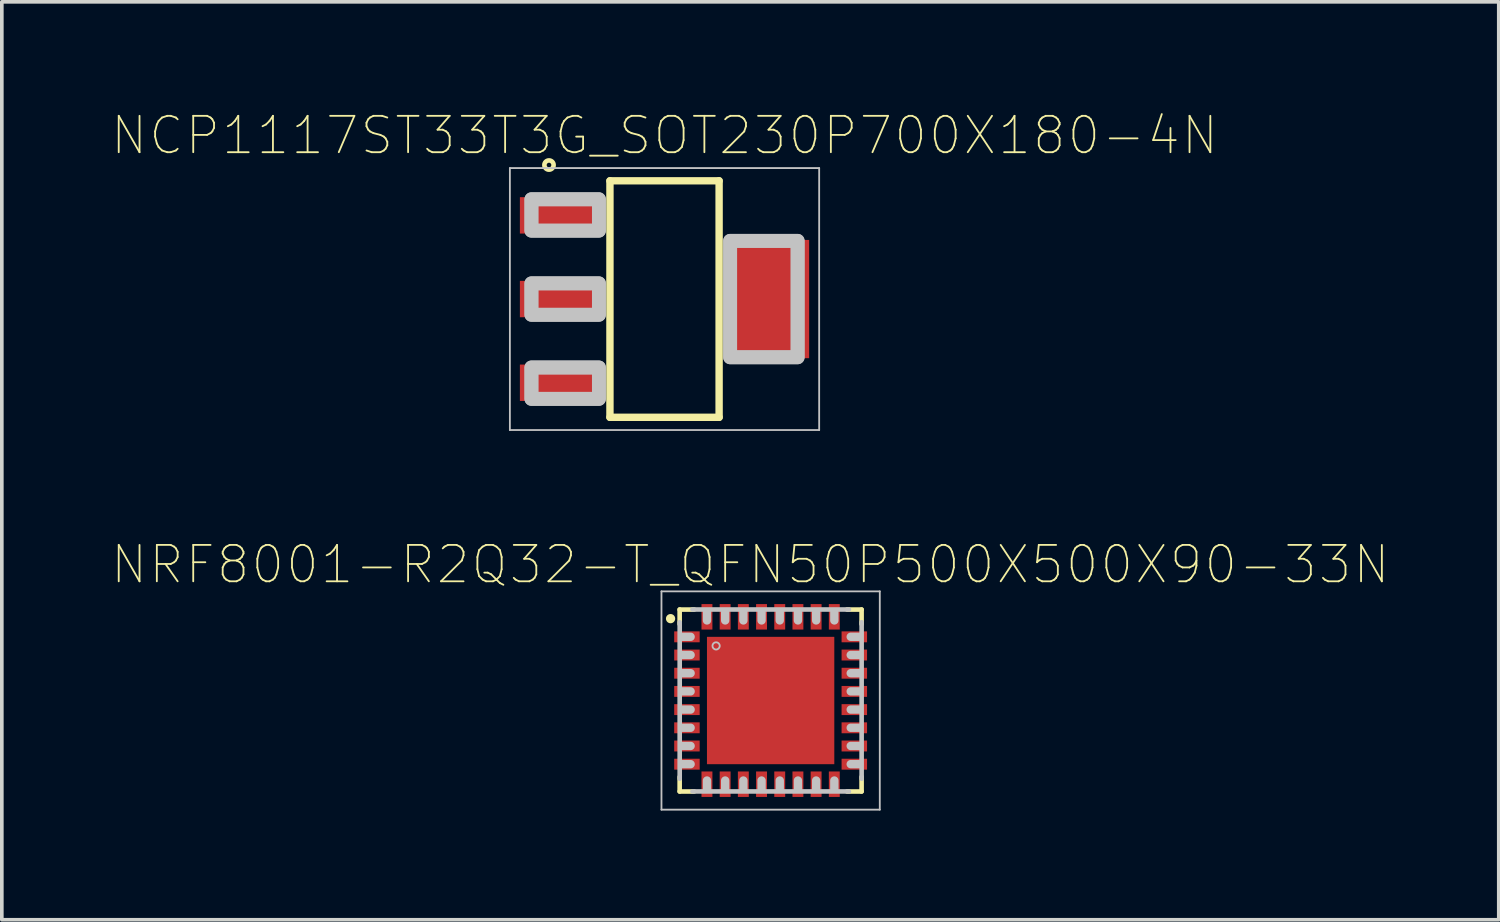
<source format=kicad_pcb>
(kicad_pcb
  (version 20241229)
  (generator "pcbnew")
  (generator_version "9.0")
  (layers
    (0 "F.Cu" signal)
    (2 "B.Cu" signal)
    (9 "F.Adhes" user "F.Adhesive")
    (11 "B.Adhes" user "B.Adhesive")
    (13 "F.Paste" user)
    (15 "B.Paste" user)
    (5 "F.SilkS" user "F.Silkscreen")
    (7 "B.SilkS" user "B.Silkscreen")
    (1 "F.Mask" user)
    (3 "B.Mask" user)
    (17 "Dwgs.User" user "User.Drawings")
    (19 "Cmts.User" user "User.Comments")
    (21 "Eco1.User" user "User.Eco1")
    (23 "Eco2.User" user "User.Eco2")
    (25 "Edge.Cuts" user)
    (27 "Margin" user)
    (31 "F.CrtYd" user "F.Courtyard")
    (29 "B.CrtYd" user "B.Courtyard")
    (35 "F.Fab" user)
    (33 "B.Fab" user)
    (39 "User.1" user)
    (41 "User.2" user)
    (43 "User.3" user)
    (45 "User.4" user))
  (footprint "NCP1117ST33T3G_SOT230P700X180-4N"
    (layer "F.Cu")
    (at 15.213 5.169)
    (property "Reference" "NCP1117ST33T3G_SOT230P700X180-4N" (at 0 -4.496 0) (layer "F.SilkS") (effects (font (size 1 1) (thickness 0.05))))
    (attr smd)
    (fp_line (start -1.5 -3.25) (end 1.5 -3.25) (stroke (width 0.203) (type solid)) (layer "F.SilkS"))
    (fp_line (start -1.5 3.25) (end -1.5 -3.25) (stroke (width 0.203) (type solid)) (layer "F.SilkS"))
    (fp_line (start 1.5 -3.25) (end 1.5 3.25) (stroke (width 0.203) (type solid)) (layer "F.SilkS"))
    (fp_line (start 1.5 3.25) (end -1.5 3.25) (stroke (width 0.203) (type solid)) (layer "F.SilkS"))
    (fp_circle (center -3.175 -3.683) (end -3.048 -3.683) (stroke (width 0.127) (type solid)) (fill no) (layer "F.SilkS"))
    (fp_line (start -4.25 -3.6) (end 4.25 -3.6) (stroke (width 0.05) (type solid)) (layer "Dwgs.User"))
    (fp_line (start -4.25 3.6) (end -4.25 -3.6) (stroke (width 0.05) (type solid)) (layer "Dwgs.User"))
    (fp_line (start 4.25 -3.6) (end 4.25 3.6) (stroke (width 0.05) (type solid)) (layer "Dwgs.User"))
    (fp_line (start 4.25 3.6) (end -4.25 3.6) (stroke (width 0.05) (type solid)) (layer "Dwgs.User"))
    (fp_poly (pts (xy -1.803 -2.743) (xy -1.803 -1.88) (xy -3.658 -1.88) (xy -3.658 -2.743)) (stroke (width 0.381) (type solid)) (fill no) (layer "Dwgs.User"))
    (fp_poly (pts (xy -1.803 -2.743) (xy -1.803 -1.88) (xy -3.658 -1.88) (xy -3.658 -2.743)) (stroke (width 0.381) (type solid)) (fill no) (layer "Dwgs.User"))
    (fp_poly (pts (xy -1.803 -0.432) (xy -1.803 0.432) (xy -3.658 0.432) (xy -3.658 -0.432)) (stroke (width 0.381) (type solid)) (fill no) (layer "Dwgs.User"))
    (fp_poly (pts (xy -1.803 -0.432) (xy -1.803 0.432) (xy -3.658 0.432) (xy -3.658 -0.432)) (stroke (width 0.381) (type solid)) (fill no) (layer "Dwgs.User"))
    (fp_poly (pts (xy -1.803 1.88) (xy -1.803 2.743) (xy -3.658 2.743) (xy -3.658 1.88)) (stroke (width 0.381) (type solid)) (fill no) (layer "Dwgs.User"))
    (fp_poly (pts (xy -1.803 1.88) (xy -1.803 2.743) (xy -3.658 2.743) (xy -3.658 1.88)) (stroke (width 0.381) (type solid)) (fill no) (layer "Dwgs.User"))
    (fp_poly (pts (xy 3.658 -1.6) (xy 3.658 1.6) (xy 1.803 1.6) (xy 1.803 -1.6)) (stroke (width 0.381) (type solid)) (fill no) (layer "Dwgs.User"))
    (fp_poly (pts (xy 3.658 -1.6) (xy 3.658 1.6) (xy 1.803 1.6) (xy 1.803 -1.6)) (stroke (width 0.381) (type solid)) (fill no) (layer "Dwgs.User"))
    (pad "1" smd rect (at -2.9 -2.3 270) (size 1 2.15) (layers "F.Cu" "F.Mask" "F.Paste"))
    (pad "2" smd rect (at -2.9 0 270) (size 1 2.15) (layers "F.Cu" "F.Mask" "F.Paste"))
    (pad "3" smd rect (at -2.9 2.3 270) (size 1 2.15) (layers "F.Cu" "F.Mask" "F.Paste"))
    (pad "4" smd rect (at 2.9 0 270) (size 3.25 2.15) (layers "F.Cu" "F.Mask" "F.Paste")))
  (footprint "NRF8001-R2Q32-T_QFN50P500X500X90-33N"
    (layer "F.Cu")
    (at 18.129 16.202)
    (property "Reference" "NRF8001-R2Q32-T_QFN50P500X500X90-33N" (at -0.559 -3.736 0) (layer "F.SilkS") (effects (font (size 1 1) (thickness 0.05))))
    (attr smd)
    (fp_line (start -2.099 -1.751) (end -2.499 -1.751) (stroke (width 0.4) (type solid)) (layer "F.Mask"))
    (fp_line (start -2.099 -1.251) (end -2.499 -1.251) (stroke (width 0.4) (type solid)) (layer "F.Mask"))
    (fp_line (start -2.099 -0.751) (end -2.499 -0.751) (stroke (width 0.4) (type solid)) (layer "F.Mask"))
    (fp_line (start -2.099 -0.251) (end -2.499 -0.251) (stroke (width 0.4) (type solid)) (layer "F.Mask"))
    (fp_line (start -2.099 0.249) (end -2.499 0.249) (stroke (width 0.4) (type solid)) (layer "F.Mask"))
    (fp_line (start -2.099 0.749) (end -2.499 0.749) (stroke (width 0.4) (type solid)) (layer "F.Mask"))
    (fp_line (start -2.099 1.249) (end -2.499 1.249) (stroke (width 0.4) (type solid)) (layer "F.Mask"))
    (fp_line (start -2.099 1.749) (end -2.499 1.749) (stroke (width 0.4) (type solid)) (layer "F.Mask"))
    (fp_line (start -1.749 -2.101) (end -1.749 -2.501) (stroke (width 0.4) (type solid)) (layer "F.Mask"))
    (fp_line (start -1.749 2.099) (end -1.749 2.499) (stroke (width 0.4) (type solid)) (layer "F.Mask"))
    (fp_line (start -1.249 -2.101) (end -1.249 -2.501) (stroke (width 0.4) (type solid)) (layer "F.Mask"))
    (fp_line (start -1.249 2.099) (end -1.249 2.499) (stroke (width 0.4) (type solid)) (layer "F.Mask"))
    (fp_line (start -0.749 -2.101) (end -0.749 -2.501) (stroke (width 0.4) (type solid)) (layer "F.Mask"))
    (fp_line (start -0.749 2.099) (end -0.749 2.499) (stroke (width 0.4) (type solid)) (layer "F.Mask"))
    (fp_line (start -0.249 -2.101) (end -0.249 -2.501) (stroke (width 0.4) (type solid)) (layer "F.Mask"))
    (fp_line (start -0.249 2.099) (end -0.249 2.499) (stroke (width 0.4) (type solid)) (layer "F.Mask"))
    (fp_line (start 0.251 -2.101) (end 0.251 -2.501) (stroke (width 0.4) (type solid)) (layer "F.Mask"))
    (fp_line (start 0.251 2.099) (end 0.251 2.499) (stroke (width 0.4) (type solid)) (layer "F.Mask"))
    (fp_line (start 0.751 -2.101) (end 0.751 -2.501) (stroke (width 0.4) (type solid)) (layer "F.Mask"))
    (fp_line (start 0.751 2.099) (end 0.751 2.499) (stroke (width 0.4) (type solid)) (layer "F.Mask"))
    (fp_line (start 1.251 -2.101) (end 1.251 -2.501) (stroke (width 0.4) (type solid)) (layer "F.Mask"))
    (fp_line (start 1.251 2.099) (end 1.251 2.499) (stroke (width 0.4) (type solid)) (layer "F.Mask"))
    (fp_line (start 1.751 -2.101) (end 1.751 -2.501) (stroke (width 0.4) (type solid)) (layer "F.Mask"))
    (fp_line (start 1.751 2.099) (end 1.751 2.499) (stroke (width 0.4) (type solid)) (layer "F.Mask"))
    (fp_line (start 2.101 -1.751) (end 2.501 -1.751) (stroke (width 0.4) (type solid)) (layer "F.Mask"))
    (fp_line (start 2.101 -1.251) (end 2.501 -1.251) (stroke (width 0.4) (type solid)) (layer "F.Mask"))
    (fp_line (start 2.101 -0.751) (end 2.501 -0.751) (stroke (width 0.4) (type solid)) (layer "F.Mask"))
    (fp_line (start 2.101 -0.251) (end 2.501 -0.251) (stroke (width 0.4) (type solid)) (layer "F.Mask"))
    (fp_line (start 2.101 0.249) (end 2.501 0.249) (stroke (width 0.4) (type solid)) (layer "F.Mask"))
    (fp_line (start 2.101 0.749) (end 2.501 0.749) (stroke (width 0.4) (type solid)) (layer "F.Mask"))
    (fp_line (start 2.101 1.249) (end 2.501 1.249) (stroke (width 0.4) (type solid)) (layer "F.Mask"))
    (fp_line (start 2.101 1.749) (end 2.501 1.749) (stroke (width 0.4) (type solid)) (layer "F.Mask"))
    (fp_line (start -2.5 -2.5) (end -2.5 -2.1) (stroke (width 0.127) (type solid)) (layer "F.SilkS"))
    (fp_line (start -2.5 2.1) (end -2.5 2.5) (stroke (width 0.127) (type solid)) (layer "F.SilkS"))
    (fp_line (start -2.5 2.5) (end -2.1 2.5) (stroke (width 0.127) (type solid)) (layer "F.SilkS"))
    (fp_line (start -2.1 -2.5) (end -2.5 -2.5) (stroke (width 0.127) (type solid)) (layer "F.SilkS"))
    (fp_line (start 2.1 -2.5) (end 2.5 -2.5) (stroke (width 0.127) (type solid)) (layer "F.SilkS"))
    (fp_line (start 2.1 2.5) (end 2.5 2.5) (stroke (width 0.127) (type solid)) (layer "F.SilkS"))
    (fp_line (start 2.5 -2.5) (end 2.5 -2.1) (stroke (width 0.127) (type solid)) (layer "F.SilkS"))
    (fp_line (start 2.5 2.5) (end 2.5 2.1) (stroke (width 0.127) (type solid)) (layer "F.SilkS"))
    (fp_circle (center -2.75 -2.25) (end -2.623 -2.25) (stroke (width 0) (type solid)) (fill yes) (layer "F.SilkS"))
    (fp_poly (pts (xy -1.1 -1.1) (xy 1.1 -1.1) (xy 1.1 1.1) (xy -1.1 1.1)) (stroke (width 0.381) (type solid)) (fill yes) (layer "F.Paste"))
    (fp_line (start -3 -3) (end 3 -3) (stroke (width 0.05) (type solid)) (layer "Dwgs.User"))
    (fp_line (start -3 3) (end -3 -3) (stroke (width 0.05) (type solid)) (layer "Dwgs.User"))
    (fp_line (start -2.499 2.149) (end -2.499 -2.151) (stroke (width 0.127) (type solid)) (layer "Dwgs.User"))
    (fp_line (start -2.199 -1.751) (end -2.424 -1.751) (stroke (width 0.23) (type solid)) (layer "Dwgs.User"))
    (fp_line (start -2.199 -1.251) (end -2.424 -1.251) (stroke (width 0.23) (type solid)) (layer "Dwgs.User"))
    (fp_line (start -2.199 -0.751) (end -2.424 -0.751) (stroke (width 0.23) (type solid)) (layer "Dwgs.User"))
    (fp_line (start -2.199 -0.251) (end -2.424 -0.251) (stroke (width 0.23) (type solid)) (layer "Dwgs.User"))
    (fp_line (start -2.199 0.249) (end -2.424 0.249) (stroke (width 0.23) (type solid)) (layer "Dwgs.User"))
    (fp_line (start -2.199 0.749) (end -2.424 0.749) (stroke (width 0.23) (type solid)) (layer "Dwgs.User"))
    (fp_line (start -2.199 1.249) (end -2.424 1.249) (stroke (width 0.23) (type solid)) (layer "Dwgs.User"))
    (fp_line (start -2.199 1.749) (end -2.424 1.749) (stroke (width 0.23) (type solid)) (layer "Dwgs.User"))
    (fp_line (start -2.149 -2.501) (end 2.151 -2.501) (stroke (width 0.127) (type solid)) (layer "Dwgs.User"))
    (fp_line (start -1.749 -2.201) (end -1.749 -2.426) (stroke (width 0.23) (type solid)) (layer "Dwgs.User"))
    (fp_line (start -1.749 2.199) (end -1.749 2.424) (stroke (width 0.23) (type solid)) (layer "Dwgs.User"))
    (fp_line (start -1.249 -2.201) (end -1.249 -2.426) (stroke (width 0.23) (type solid)) (layer "Dwgs.User"))
    (fp_line (start -1.249 2.199) (end -1.249 2.424) (stroke (width 0.23) (type solid)) (layer "Dwgs.User"))
    (fp_line (start -0.749 -2.201) (end -0.749 -2.426) (stroke (width 0.23) (type solid)) (layer "Dwgs.User"))
    (fp_line (start -0.749 2.199) (end -0.749 2.424) (stroke (width 0.23) (type solid)) (layer "Dwgs.User"))
    (fp_line (start -0.249 -2.201) (end -0.249 -2.426) (stroke (width 0.23) (type solid)) (layer "Dwgs.User"))
    (fp_line (start -0.249 2.199) (end -0.249 2.424) (stroke (width 0.23) (type solid)) (layer "Dwgs.User"))
    (fp_line (start 0.251 -2.201) (end 0.251 -2.426) (stroke (width 0.23) (type solid)) (layer "Dwgs.User"))
    (fp_line (start 0.251 2.199) (end 0.251 2.424) (stroke (width 0.23) (type solid)) (layer "Dwgs.User"))
    (fp_line (start 0.751 -2.201) (end 0.751 -2.426) (stroke (width 0.23) (type solid)) (layer "Dwgs.User"))
    (fp_line (start 0.751 2.199) (end 0.751 2.424) (stroke (width 0.23) (type solid)) (layer "Dwgs.User"))
    (fp_line (start 1.251 -2.201) (end 1.251 -2.426) (stroke (width 0.23) (type solid)) (layer "Dwgs.User"))
    (fp_line (start 1.251 2.199) (end 1.251 2.424) (stroke (width 0.23) (type solid)) (layer "Dwgs.User"))
    (fp_line (start 1.751 -2.201) (end 1.751 -2.426) (stroke (width 0.23) (type solid)) (layer "Dwgs.User"))
    (fp_line (start 1.751 2.199) (end 1.751 2.424) (stroke (width 0.23) (type solid)) (layer "Dwgs.User"))
    (fp_line (start 2.151 2.499) (end -2.149 2.499) (stroke (width 0.127) (type solid)) (layer "Dwgs.User"))
    (fp_line (start 2.201 -1.751) (end 2.426 -1.751) (stroke (width 0.23) (type solid)) (layer "Dwgs.User"))
    (fp_line (start 2.201 -1.251) (end 2.426 -1.251) (stroke (width 0.23) (type solid)) (layer "Dwgs.User"))
    (fp_line (start 2.201 -0.751) (end 2.426 -0.751) (stroke (width 0.23) (type solid)) (layer "Dwgs.User"))
    (fp_line (start 2.201 -0.251) (end 2.426 -0.251) (stroke (width 0.23) (type solid)) (layer "Dwgs.User"))
    (fp_line (start 2.201 0.249) (end 2.426 0.249) (stroke (width 0.23) (type solid)) (layer "Dwgs.User"))
    (fp_line (start 2.201 0.749) (end 2.426 0.749) (stroke (width 0.23) (type solid)) (layer "Dwgs.User"))
    (fp_line (start 2.201 1.249) (end 2.426 1.249) (stroke (width 0.23) (type solid)) (layer "Dwgs.User"))
    (fp_line (start 2.201 1.749) (end 2.426 1.749) (stroke (width 0.23) (type solid)) (layer "Dwgs.User"))
    (fp_line (start 2.501 -2.151) (end 2.501 2.149) (stroke (width 0.127) (type solid)) (layer "Dwgs.User"))
    (fp_line (start 3 -3) (end 3 3) (stroke (width 0.05) (type solid)) (layer "Dwgs.User"))
    (fp_line (start 3 3) (end -3 3) (stroke (width 0.05) (type solid)) (layer "Dwgs.User"))
    (fp_circle (center -1.499 -1.501) (end -1.399 -1.501) (stroke (width 0.05) (type solid)) (fill no) (layer "Dwgs.User"))
    (pad "1" smd rect (at -2.3 -1.75) (size 0.7 0.3) (layers "F.Cu" "F.Mask" "F.Paste"))
    (pad "2" smd rect (at -2.3 -1.25) (size 0.7 0.3) (layers "F.Cu" "F.Mask" "F.Paste"))
    (pad "3" smd rect (at -2.3 -0.75) (size 0.7 0.3) (layers "F.Cu" "F.Mask" "F.Paste"))
    (pad "4" smd rect (at -2.3 -0.25) (size 0.7 0.3) (layers "F.Cu" "F.Mask" "F.Paste"))
    (pad "5" smd rect (at -2.3 0.25) (size 0.7 0.3) (layers "F.Cu" "F.Mask" "F.Paste"))
    (pad "6" smd rect (at -2.3 0.75) (size 0.7 0.3) (layers "F.Cu" "F.Mask" "F.Paste"))
    (pad "7" smd rect (at -2.3 1.25) (size 0.7 0.3) (layers "F.Cu" "F.Mask" "F.Paste"))
    (pad "8" smd rect (at -2.3 1.75) (size 0.7 0.3) (layers "F.Cu" "F.Mask" "F.Paste"))
    (pad "9" smd rect (at -1.75 2.3 90) (size 0.7 0.3) (layers "F.Cu" "F.Mask" "F.Paste"))
    (pad "10" smd rect (at -1.25 2.3 90) (size 0.7 0.3) (layers "F.Cu" "F.Mask" "F.Paste"))
    (pad "11" smd rect (at -0.75 2.3 90) (size 0.7 0.3) (layers "F.Cu" "F.Mask" "F.Paste"))
    (pad "12" smd rect (at -0.25 2.3 90) (size 0.7 0.3) (layers "F.Cu" "F.Mask" "F.Paste"))
    (pad "13" smd rect (at 0.25 2.3 90) (size 0.7 0.3) (layers "F.Cu" "F.Mask" "F.Paste"))
    (pad "14" smd rect (at 0.75 2.3 90) (size 0.7 0.3) (layers "F.Cu" "F.Mask" "F.Paste"))
    (pad "15" smd rect (at 1.25 2.3 90) (size 0.7 0.3) (layers "F.Cu" "F.Mask" "F.Paste"))
    (pad "16" smd rect (at 1.75 2.3 90) (size 0.7 0.3) (layers "F.Cu" "F.Mask" "F.Paste"))
    (pad "17" smd rect (at 2.3 1.75 180) (size 0.7 0.3) (layers "F.Cu" "F.Mask" "F.Paste"))
    (pad "18" smd rect (at 2.3 1.25 180) (size 0.7 0.3) (layers "F.Cu" "F.Mask" "F.Paste"))
    (pad "19" smd rect (at 2.3 0.75 180) (size 0.7 0.3) (layers "F.Cu" "F.Mask" "F.Paste"))
    (pad "20" smd rect (at 2.3 0.25 180) (size 0.7 0.3) (layers "F.Cu" "F.Mask" "F.Paste"))
    (pad "21" smd rect (at 2.3 -0.25 180) (size 0.7 0.3) (layers "F.Cu" "F.Mask" "F.Paste"))
    (pad "22" smd rect (at 2.3 -0.75 180) (size 0.7 0.3) (layers "F.Cu" "F.Mask" "F.Paste"))
    (pad "23" smd rect (at 2.3 -1.25 180) (size 0.7 0.3) (layers "F.Cu" "F.Mask" "F.Paste"))
    (pad "24" smd rect (at 2.3 -1.75 180) (size 0.7 0.3) (layers "F.Cu" "F.Mask" "F.Paste"))
    (pad "25" smd rect (at 1.75 -2.3 270) (size 0.7 0.3) (layers "F.Cu" "F.Mask" "F.Paste"))
    (pad "26" smd rect (at 1.25 -2.3 270) (size 0.7 0.3) (layers "F.Cu" "F.Mask" "F.Paste"))
    (pad "27" smd rect (at 0.75 -2.3 270) (size 0.7 0.3) (layers "F.Cu" "F.Mask" "F.Paste"))
    (pad "28" smd rect (at 0.25 -2.3 270) (size 0.7 0.3) (layers "F.Cu" "F.Mask" "F.Paste"))
    (pad "29" smd rect (at -0.25 -2.3 270) (size 0.7 0.3) (layers "F.Cu" "F.Mask" "F.Paste"))
    (pad "30" smd rect (at -0.75 -2.3 270) (size 0.7 0.3) (layers "F.Cu" "F.Mask" "F.Paste"))
    (pad "31" smd rect (at -1.25 -2.3 270) (size 0.7 0.3) (layers "F.Cu" "F.Mask" "F.Paste"))
    (pad "32" smd rect (at -1.75 -2.3 270) (size 0.7 0.3) (layers "F.Cu" "F.Mask" "F.Paste"))
    (pad "33" smd rect (at 0 0) (size 3.5 3.5) (layers "F.Cu" "F.Mask" "F.Paste")))
  (gr_rect
    (start -3 -3)
    (end 38.14 22.227)
    (stroke (width 0.1) (type default))
    (fill no)
    (layer "Edge.Cuts")))
</source>
